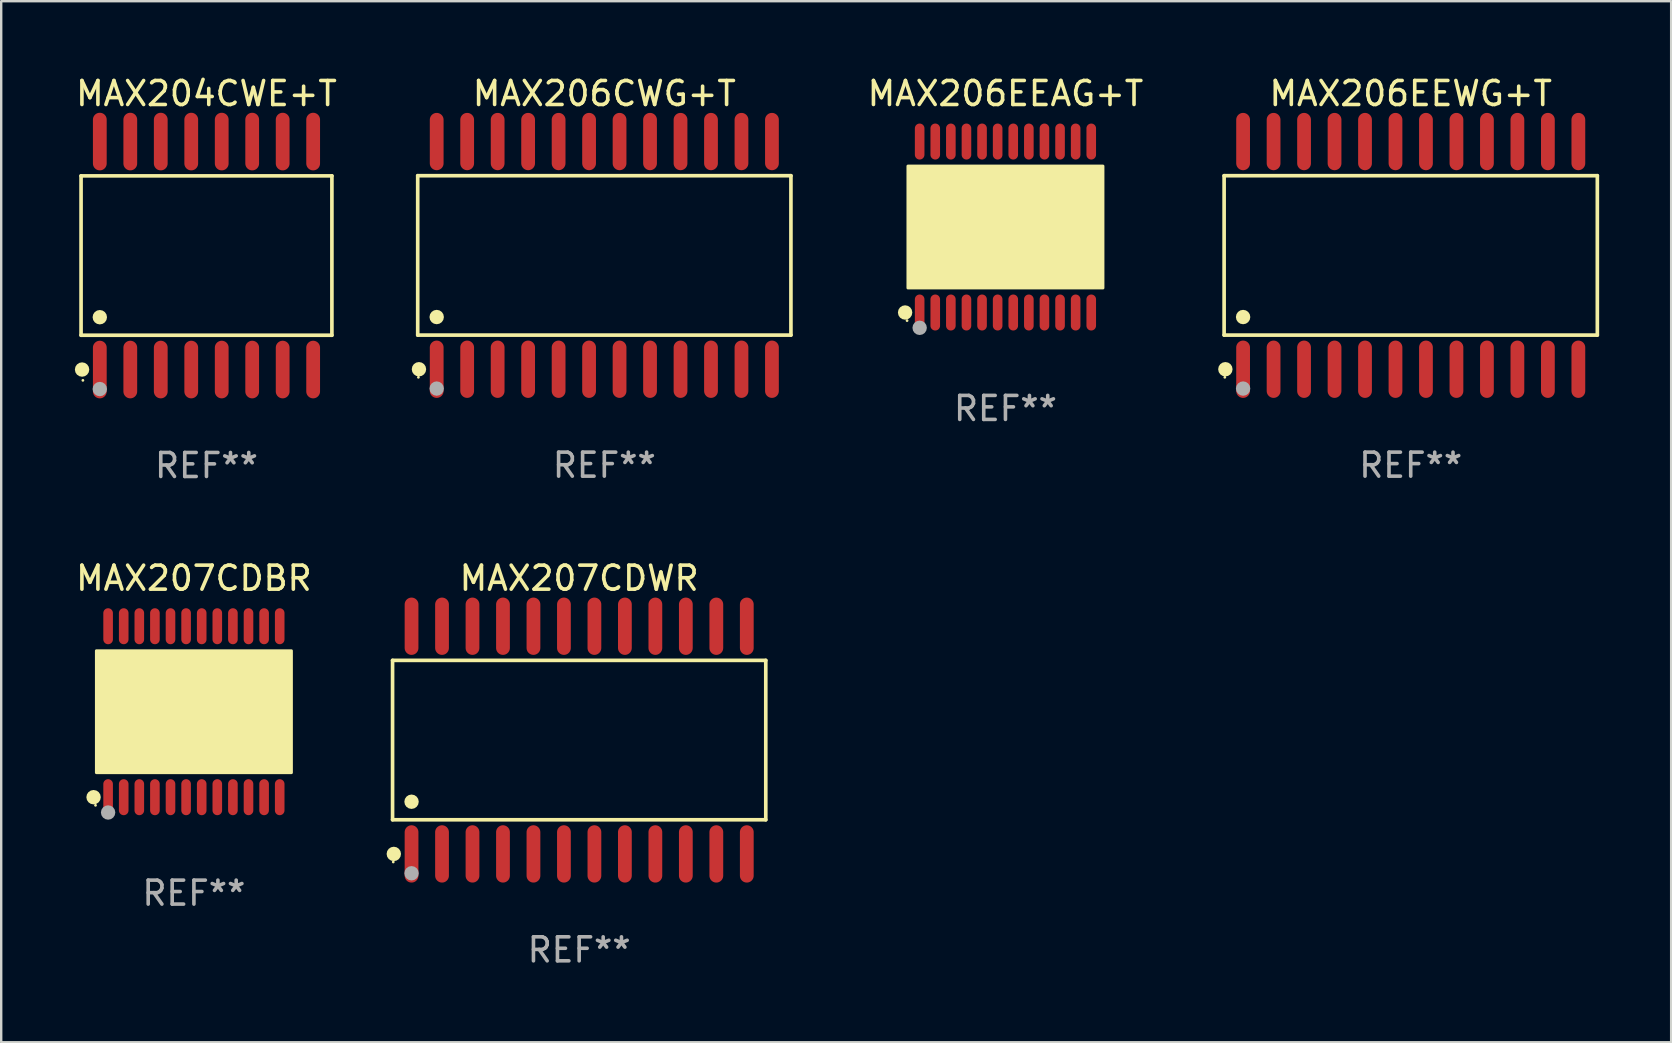
<source format=kicad_pcb>
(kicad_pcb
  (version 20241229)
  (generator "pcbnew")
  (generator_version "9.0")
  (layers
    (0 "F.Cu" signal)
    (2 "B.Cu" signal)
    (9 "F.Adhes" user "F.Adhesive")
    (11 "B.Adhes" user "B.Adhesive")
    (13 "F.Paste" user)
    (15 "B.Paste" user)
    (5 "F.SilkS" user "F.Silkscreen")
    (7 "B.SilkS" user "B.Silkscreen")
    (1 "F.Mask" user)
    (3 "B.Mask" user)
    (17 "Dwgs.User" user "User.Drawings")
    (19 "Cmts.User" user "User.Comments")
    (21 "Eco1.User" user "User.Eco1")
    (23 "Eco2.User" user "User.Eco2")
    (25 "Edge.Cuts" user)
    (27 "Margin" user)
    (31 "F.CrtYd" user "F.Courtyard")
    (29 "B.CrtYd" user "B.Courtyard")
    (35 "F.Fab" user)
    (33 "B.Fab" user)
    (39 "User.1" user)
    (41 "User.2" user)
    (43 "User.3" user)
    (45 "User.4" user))
  (footprint "MAX207CDWR"
    (layer "F.Cu")
    (at 21.084 27.789)
    (property "Reference" "MAX207CDWR" (at 0 -6.744 0) (layer "F.SilkS") (effects (font (size 1 1) (thickness 0.15))))
    (attr through_hole)
    (fp_line (start -7.776 -3.321) (end 7.776 -3.321) (stroke (width 0.152) (type solid)) (layer "F.SilkS"))
    (fp_line (start -7.776 3.321) (end -7.776 -3.321) (stroke (width 0.152) (type solid)) (layer "F.SilkS"))
    (fp_line (start 7.776 -3.321) (end 7.776 3.321) (stroke (width 0.152) (type solid)) (layer "F.SilkS"))
    (fp_line (start 7.776 3.321) (end -7.776 3.321) (stroke (width 0.152) (type solid)) (layer "F.SilkS"))
    (fp_circle (center -7.747 5.08) (end -7.717 5.08) (stroke (width 0.06) (type solid)) (fill no) (layer "F.SilkS"))
    (fp_circle (center -7.724 4.744) (end -7.574 4.744) (stroke (width 0.3) (type solid)) (fill no) (layer "F.SilkS"))
    (fp_circle (center -6.985 2.569) (end -6.835 2.569) (stroke (width 0.3) (type solid)) (fill no) (layer "F.SilkS"))
    (fp_circle (center -6.985 5.55) (end -6.835 5.55) (stroke (width 0.3) (type solid)) (fill no) (layer "F.Fab"))
    (fp_text user "REF**" (at 0 8.744 0) (layer "F.Fab") (effects (font (size 1 1) (thickness 0.15))))
    (pad "1" smd oval (at -6.985 4.744) (size 0.574 2.388) (layers "F.Cu" "F.Mask" "F.Paste"))
    (pad "2" smd oval (at -5.715 4.744) (size 0.574 2.388) (layers "F.Cu" "F.Mask" "F.Paste"))
    (pad "3" smd oval (at -4.445 4.744) (size 0.574 2.388) (layers "F.Cu" "F.Mask" "F.Paste"))
    (pad "4" smd oval (at -3.175 4.744) (size 0.574 2.388) (layers "F.Cu" "F.Mask" "F.Paste"))
    (pad "5" smd oval (at -1.905 4.744) (size 0.574 2.388) (layers "F.Cu" "F.Mask" "F.Paste"))
    (pad "6" smd oval (at -0.635 4.744) (size 0.574 2.388) (layers "F.Cu" "F.Mask" "F.Paste"))
    (pad "7" smd oval (at 0.635 4.744) (size 0.574 2.388) (layers "F.Cu" "F.Mask" "F.Paste"))
    (pad "8" smd oval (at 1.905 4.744) (size 0.574 2.388) (layers "F.Cu" "F.Mask" "F.Paste"))
    (pad "9" smd oval (at 3.175 4.744) (size 0.574 2.388) (layers "F.Cu" "F.Mask" "F.Paste"))
    (pad "10" smd oval (at 4.445 4.744) (size 0.574 2.388) (layers "F.Cu" "F.Mask" "F.Paste"))
    (pad "11" smd oval (at 5.715 4.744) (size 0.574 2.388) (layers "F.Cu" "F.Mask" "F.Paste"))
    (pad "12" smd oval (at 6.985 4.744) (size 0.574 2.388) (layers "F.Cu" "F.Mask" "F.Paste"))
    (pad "13" smd oval (at 6.985 -4.744) (size 0.574 2.388) (layers "F.Cu" "F.Mask" "F.Paste"))
    (pad "14" smd oval (at 5.715 -4.744) (size 0.574 2.388) (layers "F.Cu" "F.Mask" "F.Paste"))
    (pad "15" smd oval (at 4.445 -4.744) (size 0.574 2.388) (layers "F.Cu" "F.Mask" "F.Paste"))
    (pad "16" smd oval (at 3.175 -4.744) (size 0.574 2.388) (layers "F.Cu" "F.Mask" "F.Paste"))
    (pad "17" smd oval (at 1.905 -4.744) (size 0.574 2.388) (layers "F.Cu" "F.Mask" "F.Paste"))
    (pad "18" smd oval (at 0.635 -4.744) (size 0.574 2.388) (layers "F.Cu" "F.Mask" "F.Paste"))
    (pad "19" smd oval (at -0.635 -4.744) (size 0.574 2.388) (layers "F.Cu" "F.Mask" "F.Paste"))
    (pad "20" smd oval (at -1.905 -4.744) (size 0.574 2.388) (layers "F.Cu" "F.Mask" "F.Paste"))
    (pad "21" smd oval (at -3.175 -4.744) (size 0.574 2.388) (layers "F.Cu" "F.Mask" "F.Paste"))
    (pad "22" smd oval (at -4.445 -4.744) (size 0.574 2.388) (layers "F.Cu" "F.Mask" "F.Paste"))
    (pad "23" smd oval (at -5.715 -4.744) (size 0.574 2.388) (layers "F.Cu" "F.Mask" "F.Paste"))
    (pad "24" smd oval (at -6.985 -4.744) (size 0.574 2.388) (layers "F.Cu" "F.Mask" "F.Paste")))
  (footprint "MAX204CWE+T"
    (layer "F.Cu")
    (at 5.554 7.599)
    (property "Reference" "MAX204CWE+T" (at 0 -6.75 0) (layer "F.SilkS") (effects (font (size 1 1) (thickness 0.15))))
    (attr through_hole)
    (fp_line (start -5.226 -3.321) (end 5.226 -3.321) (stroke (width 0.152) (type solid)) (layer "F.SilkS"))
    (fp_line (start -5.226 3.321) (end -5.226 -3.321) (stroke (width 0.152) (type solid)) (layer "F.SilkS"))
    (fp_line (start 5.226 -3.321) (end 5.226 3.321) (stroke (width 0.152) (type solid)) (layer "F.SilkS"))
    (fp_line (start 5.226 3.321) (end -5.226 3.321) (stroke (width 0.152) (type solid)) (layer "F.SilkS"))
    (fp_circle (center -5.184 4.75) (end -5.034 4.75) (stroke (width 0.3) (type solid)) (fill no) (layer "F.SilkS"))
    (fp_circle (center -5.15 5.2) (end -5.12 5.2) (stroke (width 0.06) (type solid)) (fill no) (layer "F.SilkS"))
    (fp_circle (center -4.445 2.569) (end -4.295 2.569) (stroke (width 0.3) (type solid)) (fill no) (layer "F.SilkS"))
    (fp_circle (center -4.445 5.563) (end -4.295 5.563) (stroke (width 0.3) (type solid)) (fill no) (layer "F.Fab"))
    (fp_text user "REF**" (at 0 8.75 0) (layer "F.Fab") (effects (font (size 1 1) (thickness 0.15))))
    (pad "1" smd oval (at -4.445 4.75) (size 0.574 2.401) (layers "F.Cu" "F.Mask" "F.Paste"))
    (pad "2" smd oval (at -3.175 4.75) (size 0.574 2.401) (layers "F.Cu" "F.Mask" "F.Paste"))
    (pad "3" smd oval (at -1.905 4.75) (size 0.574 2.401) (layers "F.Cu" "F.Mask" "F.Paste"))
    (pad "4" smd oval (at -0.635 4.75) (size 0.574 2.401) (layers "F.Cu" "F.Mask" "F.Paste"))
    (pad "5" smd oval (at 0.635 4.75) (size 0.574 2.401) (layers "F.Cu" "F.Mask" "F.Paste"))
    (pad "6" smd oval (at 1.905 4.75) (size 0.574 2.401) (layers "F.Cu" "F.Mask" "F.Paste"))
    (pad "7" smd oval (at 3.175 4.75) (size 0.574 2.401) (layers "F.Cu" "F.Mask" "F.Paste"))
    (pad "8" smd oval (at 4.445 4.75) (size 0.574 2.401) (layers "F.Cu" "F.Mask" "F.Paste"))
    (pad "9" smd oval (at 4.445 -4.75) (size 0.574 2.401) (layers "F.Cu" "F.Mask" "F.Paste"))
    (pad "10" smd oval (at 3.175 -4.75) (size 0.574 2.401) (layers "F.Cu" "F.Mask" "F.Paste"))
    (pad "11" smd oval (at 1.905 -4.75) (size 0.574 2.401) (layers "F.Cu" "F.Mask" "F.Paste"))
    (pad "12" smd oval (at 0.635 -4.75) (size 0.574 2.401) (layers "F.Cu" "F.Mask" "F.Paste"))
    (pad "13" smd oval (at -0.635 -4.75) (size 0.574 2.401) (layers "F.Cu" "F.Mask" "F.Paste"))
    (pad "14" smd oval (at -1.905 -4.75) (size 0.574 2.401) (layers "F.Cu" "F.Mask" "F.Paste"))
    (pad "15" smd oval (at -3.175 -4.75) (size 0.574 2.401) (layers "F.Cu" "F.Mask" "F.Paste"))
    (pad "16" smd oval (at -4.445 -4.75) (size 0.574 2.401) (layers "F.Cu" "F.Mask" "F.Paste")))
  (footprint "MAX206EEWG+T"
    (layer "F.Cu")
    (at 55.735 7.592)
    (property "Reference" "MAX206EEWG+T" (at 0 -6.744 0) (layer "F.SilkS") (effects (font (size 1 1) (thickness 0.15))))
    (attr through_hole)
    (fp_line (start -7.776 -3.321) (end 7.776 -3.321) (stroke (width 0.152) (type solid)) (layer "F.SilkS"))
    (fp_line (start -7.776 3.321) (end -7.776 -3.321) (stroke (width 0.152) (type solid)) (layer "F.SilkS"))
    (fp_line (start 7.776 -3.321) (end 7.776 3.321) (stroke (width 0.152) (type solid)) (layer "F.SilkS"))
    (fp_line (start 7.776 3.321) (end -7.776 3.321) (stroke (width 0.152) (type solid)) (layer "F.SilkS"))
    (fp_circle (center -7.747 5.08) (end -7.717 5.08) (stroke (width 0.06) (type solid)) (fill no) (layer "F.SilkS"))
    (fp_circle (center -7.724 4.744) (end -7.574 4.744) (stroke (width 0.3) (type solid)) (fill no) (layer "F.SilkS"))
    (fp_circle (center -6.985 2.569) (end -6.835 2.569) (stroke (width 0.3) (type solid)) (fill no) (layer "F.SilkS"))
    (fp_circle (center -6.985 5.55) (end -6.835 5.55) (stroke (width 0.3) (type solid)) (fill no) (layer "F.Fab"))
    (fp_text user "REF**" (at 0 8.744 0) (layer "F.Fab") (effects (font (size 1 1) (thickness 0.15))))
    (pad "1" smd oval (at -6.985 4.744) (size 0.574 2.388) (layers "F.Cu" "F.Mask" "F.Paste"))
    (pad "2" smd oval (at -5.715 4.744) (size 0.574 2.388) (layers "F.Cu" "F.Mask" "F.Paste"))
    (pad "3" smd oval (at -4.445 4.744) (size 0.574 2.388) (layers "F.Cu" "F.Mask" "F.Paste"))
    (pad "4" smd oval (at -3.175 4.744) (size 0.574 2.388) (layers "F.Cu" "F.Mask" "F.Paste"))
    (pad "5" smd oval (at -1.905 4.744) (size 0.574 2.388) (layers "F.Cu" "F.Mask" "F.Paste"))
    (pad "6" smd oval (at -0.635 4.744) (size 0.574 2.388) (layers "F.Cu" "F.Mask" "F.Paste"))
    (pad "7" smd oval (at 0.635 4.744) (size 0.574 2.388) (layers "F.Cu" "F.Mask" "F.Paste"))
    (pad "8" smd oval (at 1.905 4.744) (size 0.574 2.388) (layers "F.Cu" "F.Mask" "F.Paste"))
    (pad "9" smd oval (at 3.175 4.744) (size 0.574 2.388) (layers "F.Cu" "F.Mask" "F.Paste"))
    (pad "10" smd oval (at 4.445 4.744) (size 0.574 2.388) (layers "F.Cu" "F.Mask" "F.Paste"))
    (pad "11" smd oval (at 5.715 4.744) (size 0.574 2.388) (layers "F.Cu" "F.Mask" "F.Paste"))
    (pad "12" smd oval (at 6.985 4.744) (size 0.574 2.388) (layers "F.Cu" "F.Mask" "F.Paste"))
    (pad "13" smd oval (at 6.985 -4.744) (size 0.574 2.388) (layers "F.Cu" "F.Mask" "F.Paste"))
    (pad "14" smd oval (at 5.715 -4.744) (size 0.574 2.388) (layers "F.Cu" "F.Mask" "F.Paste"))
    (pad "15" smd oval (at 4.445 -4.744) (size 0.574 2.388) (layers "F.Cu" "F.Mask" "F.Paste"))
    (pad "16" smd oval (at 3.175 -4.744) (size 0.574 2.388) (layers "F.Cu" "F.Mask" "F.Paste"))
    (pad "17" smd oval (at 1.905 -4.744) (size 0.574 2.388) (layers "F.Cu" "F.Mask" "F.Paste"))
    (pad "18" smd oval (at 0.635 -4.744) (size 0.574 2.388) (layers "F.Cu" "F.Mask" "F.Paste"))
    (pad "19" smd oval (at -0.635 -4.744) (size 0.574 2.388) (layers "F.Cu" "F.Mask" "F.Paste"))
    (pad "20" smd oval (at -1.905 -4.744) (size 0.574 2.388) (layers "F.Cu" "F.Mask" "F.Paste"))
    (pad "21" smd oval (at -3.175 -4.744) (size 0.574 2.388) (layers "F.Cu" "F.Mask" "F.Paste"))
    (pad "22" smd oval (at -4.445 -4.744) (size 0.574 2.388) (layers "F.Cu" "F.Mask" "F.Paste"))
    (pad "23" smd oval (at -5.715 -4.744) (size 0.574 2.388) (layers "F.Cu" "F.Mask" "F.Paste"))
    (pad "24" smd oval (at -6.985 -4.744) (size 0.574 2.388) (layers "F.Cu" "F.Mask" "F.Paste")))
  (footprint "MAX206EEAG+T"
    (layer "F.Cu")
    (at 38.847 6.41)
    (property "Reference" "MAX206EEAG+T" (at 0 -5.562 0) (layer "F.SilkS") (effects (font (size 1 1) (thickness 0.15))))
    (attr through_hole)
    (fp_circle (center -4.181 3.562) (end -4.031 3.562) (stroke (width 0.3) (type solid)) (fill no) (layer "F.SilkS"))
    (fp_circle (center -4.1 3.9) (end -4.07 3.9) (stroke (width 0.06) (type solid)) (fill no) (layer "F.SilkS"))
    (fp_circle (center -3.575 1.819) (end -3.425 1.819) (stroke (width 0.3) (type solid)) (fill no) (layer "F.SilkS"))
    (fp_poly (pts (xy -4.064 -2.54) (xy 4.064 -2.54) (xy 4.064 2.54) (xy -4.064 2.54)) (stroke (width 0.12) (type solid)) (fill yes) (layer "F.SilkS"))
    (fp_circle (center -3.575 4.2) (end -3.425 4.2) (stroke (width 0.3) (type solid)) (fill no) (layer "F.Fab"))
    (fp_text user "REF**" (at 0 7.562 0) (layer "F.Fab") (effects (font (size 1 1) (thickness 0.15))))
    (pad "1" smd oval (at -3.575 3.562) (size 0.4 1.5) (layers "F.Cu" "F.Mask" "F.Paste"))
    (pad "2" smd oval (at -2.925 3.562) (size 0.4 1.5) (layers "F.Cu" "F.Mask" "F.Paste"))
    (pad "3" smd oval (at -2.275 3.562) (size 0.4 1.5) (layers "F.Cu" "F.Mask" "F.Paste"))
    (pad "4" smd oval (at -1.625 3.562) (size 0.4 1.5) (layers "F.Cu" "F.Mask" "F.Paste"))
    (pad "5" smd oval (at -0.975 3.562) (size 0.4 1.5) (layers "F.Cu" "F.Mask" "F.Paste"))
    (pad "6" smd oval (at -0.325 3.562) (size 0.4 1.5) (layers "F.Cu" "F.Mask" "F.Paste"))
    (pad "7" smd oval (at 0.325 3.562) (size 0.4 1.5) (layers "F.Cu" "F.Mask" "F.Paste"))
    (pad "8" smd oval (at 0.975 3.562) (size 0.4 1.5) (layers "F.Cu" "F.Mask" "F.Paste"))
    (pad "9" smd oval (at 1.625 3.562) (size 0.4 1.5) (layers "F.Cu" "F.Mask" "F.Paste"))
    (pad "10" smd oval (at 2.275 3.562) (size 0.4 1.5) (layers "F.Cu" "F.Mask" "F.Paste"))
    (pad "11" smd oval (at 2.925 3.562) (size 0.4 1.5) (layers "F.Cu" "F.Mask" "F.Paste"))
    (pad "12" smd oval (at 3.575 3.562) (size 0.4 1.5) (layers "F.Cu" "F.Mask" "F.Paste"))
    (pad "13" smd oval (at 3.575 -3.562) (size 0.4 1.5) (layers "F.Cu" "F.Mask" "F.Paste"))
    (pad "14" smd oval (at 2.925 -3.562) (size 0.4 1.5) (layers "F.Cu" "F.Mask" "F.Paste"))
    (pad "15" smd oval (at 2.275 -3.562) (size 0.4 1.5) (layers "F.Cu" "F.Mask" "F.Paste"))
    (pad "16" smd oval (at 1.625 -3.562) (size 0.4 1.5) (layers "F.Cu" "F.Mask" "F.Paste"))
    (pad "17" smd oval (at 0.975 -3.562) (size 0.4 1.5) (layers "F.Cu" "F.Mask" "F.Paste"))
    (pad "18" smd oval (at 0.325 -3.562) (size 0.4 1.5) (layers "F.Cu" "F.Mask" "F.Paste"))
    (pad "19" smd oval (at -0.325 -3.562) (size 0.4 1.5) (layers "F.Cu" "F.Mask" "F.Paste"))
    (pad "20" smd oval (at -0.975 -3.562) (size 0.4 1.5) (layers "F.Cu" "F.Mask" "F.Paste"))
    (pad "21" smd oval (at -1.625 -3.562) (size 0.4 1.5) (layers "F.Cu" "F.Mask" "F.Paste"))
    (pad "22" smd oval (at -2.275 -3.562) (size 0.4 1.5) (layers "F.Cu" "F.Mask" "F.Paste"))
    (pad "23" smd oval (at -2.925 -3.562) (size 0.4 1.5) (layers "F.Cu" "F.Mask" "F.Paste"))
    (pad "24" smd oval (at -3.575 -3.562) (size 0.4 1.5) (layers "F.Cu" "F.Mask" "F.Paste")))
  (footprint "MAX207CDBR"
    (layer "F.Cu")
    (at 5.03 26.607)
    (property "Reference" "MAX207CDBR" (at 0 -5.562 0) (layer "F.SilkS") (effects (font (size 1 1) (thickness 0.15))))
    (attr through_hole)
    (fp_circle (center -4.181 3.562) (end -4.031 3.562) (stroke (width 0.3) (type solid)) (fill no) (layer "F.SilkS"))
    (fp_circle (center -4.1 3.9) (end -4.07 3.9) (stroke (width 0.06) (type solid)) (fill no) (layer "F.SilkS"))
    (fp_circle (center -3.575 1.819) (end -3.425 1.819) (stroke (width 0.3) (type solid)) (fill no) (layer "F.SilkS"))
    (fp_poly (pts (xy -4.064 -2.54) (xy 4.064 -2.54) (xy 4.064 2.54) (xy -4.064 2.54)) (stroke (width 0.12) (type solid)) (fill yes) (layer "F.SilkS"))
    (fp_circle (center -3.575 4.2) (end -3.425 4.2) (stroke (width 0.3) (type solid)) (fill no) (layer "F.Fab"))
    (fp_text user "REF**" (at 0 7.562 0) (layer "F.Fab") (effects (font (size 1 1) (thickness 0.15))))
    (pad "1" smd oval (at -3.575 3.562) (size 0.4 1.5) (layers "F.Cu" "F.Mask" "F.Paste"))
    (pad "2" smd oval (at -2.925 3.562) (size 0.4 1.5) (layers "F.Cu" "F.Mask" "F.Paste"))
    (pad "3" smd oval (at -2.275 3.562) (size 0.4 1.5) (layers "F.Cu" "F.Mask" "F.Paste"))
    (pad "4" smd oval (at -1.625 3.562) (size 0.4 1.5) (layers "F.Cu" "F.Mask" "F.Paste"))
    (pad "5" smd oval (at -0.975 3.562) (size 0.4 1.5) (layers "F.Cu" "F.Mask" "F.Paste"))
    (pad "6" smd oval (at -0.325 3.562) (size 0.4 1.5) (layers "F.Cu" "F.Mask" "F.Paste"))
    (pad "7" smd oval (at 0.325 3.562) (size 0.4 1.5) (layers "F.Cu" "F.Mask" "F.Paste"))
    (pad "8" smd oval (at 0.975 3.562) (size 0.4 1.5) (layers "F.Cu" "F.Mask" "F.Paste"))
    (pad "9" smd oval (at 1.625 3.562) (size 0.4 1.5) (layers "F.Cu" "F.Mask" "F.Paste"))
    (pad "10" smd oval (at 2.275 3.562) (size 0.4 1.5) (layers "F.Cu" "F.Mask" "F.Paste"))
    (pad "11" smd oval (at 2.925 3.562) (size 0.4 1.5) (layers "F.Cu" "F.Mask" "F.Paste"))
    (pad "12" smd oval (at 3.575 3.562) (size 0.4 1.5) (layers "F.Cu" "F.Mask" "F.Paste"))
    (pad "13" smd oval (at 3.575 -3.562) (size 0.4 1.5) (layers "F.Cu" "F.Mask" "F.Paste"))
    (pad "14" smd oval (at 2.925 -3.562) (size 0.4 1.5) (layers "F.Cu" "F.Mask" "F.Paste"))
    (pad "15" smd oval (at 2.275 -3.562) (size 0.4 1.5) (layers "F.Cu" "F.Mask" "F.Paste"))
    (pad "16" smd oval (at 1.625 -3.562) (size 0.4 1.5) (layers "F.Cu" "F.Mask" "F.Paste"))
    (pad "17" smd oval (at 0.975 -3.562) (size 0.4 1.5) (layers "F.Cu" "F.Mask" "F.Paste"))
    (pad "18" smd oval (at 0.325 -3.562) (size 0.4 1.5) (layers "F.Cu" "F.Mask" "F.Paste"))
    (pad "19" smd oval (at -0.325 -3.562) (size 0.4 1.5) (layers "F.Cu" "F.Mask" "F.Paste"))
    (pad "20" smd oval (at -0.975 -3.562) (size 0.4 1.5) (layers "F.Cu" "F.Mask" "F.Paste"))
    (pad "21" smd oval (at -1.625 -3.562) (size 0.4 1.5) (layers "F.Cu" "F.Mask" "F.Paste"))
    (pad "22" smd oval (at -2.275 -3.562) (size 0.4 1.5) (layers "F.Cu" "F.Mask" "F.Paste"))
    (pad "23" smd oval (at -2.925 -3.562) (size 0.4 1.5) (layers "F.Cu" "F.Mask" "F.Paste"))
    (pad "24" smd oval (at -3.575 -3.562) (size 0.4 1.5) (layers "F.Cu" "F.Mask" "F.Paste")))
  (footprint "MAX206CWG+T"
    (layer "F.Cu")
    (at 22.132 7.592)
    (property "Reference" "MAX206CWG+T" (at 0 -6.744 0) (layer "F.SilkS") (effects (font (size 1 1) (thickness 0.15))))
    (attr through_hole)
    (fp_line (start -7.776 -3.321) (end 7.776 -3.321) (stroke (width 0.152) (type solid)) (layer "F.SilkS"))
    (fp_line (start -7.776 3.321) (end -7.776 -3.321) (stroke (width 0.152) (type solid)) (layer "F.SilkS"))
    (fp_line (start 7.776 -3.321) (end 7.776 3.321) (stroke (width 0.152) (type solid)) (layer "F.SilkS"))
    (fp_line (start 7.776 3.321) (end -7.776 3.321) (stroke (width 0.152) (type solid)) (layer "F.SilkS"))
    (fp_circle (center -7.747 5.08) (end -7.717 5.08) (stroke (width 0.06) (type solid)) (fill no) (layer "F.SilkS"))
    (fp_circle (center -7.724 4.744) (end -7.574 4.744) (stroke (width 0.3) (type solid)) (fill no) (layer "F.SilkS"))
    (fp_circle (center -6.985 2.569) (end -6.835 2.569) (stroke (width 0.3) (type solid)) (fill no) (layer "F.SilkS"))
    (fp_circle (center -6.985 5.55) (end -6.835 5.55) (stroke (width 0.3) (type solid)) (fill no) (layer "F.Fab"))
    (fp_text user "REF**" (at 0 8.744 0) (layer "F.Fab") (effects (font (size 1 1) (thickness 0.15))))
    (pad "1" smd oval (at -6.985 4.744) (size 0.574 2.388) (layers "F.Cu" "F.Mask" "F.Paste"))
    (pad "2" smd oval (at -5.715 4.744) (size 0.574 2.388) (layers "F.Cu" "F.Mask" "F.Paste"))
    (pad "3" smd oval (at -4.445 4.744) (size 0.574 2.388) (layers "F.Cu" "F.Mask" "F.Paste"))
    (pad "4" smd oval (at -3.175 4.744) (size 0.574 2.388) (layers "F.Cu" "F.Mask" "F.Paste"))
    (pad "5" smd oval (at -1.905 4.744) (size 0.574 2.388) (layers "F.Cu" "F.Mask" "F.Paste"))
    (pad "6" smd oval (at -0.635 4.744) (size 0.574 2.388) (layers "F.Cu" "F.Mask" "F.Paste"))
    (pad "7" smd oval (at 0.635 4.744) (size 0.574 2.388) (layers "F.Cu" "F.Mask" "F.Paste"))
    (pad "8" smd oval (at 1.905 4.744) (size 0.574 2.388) (layers "F.Cu" "F.Mask" "F.Paste"))
    (pad "9" smd oval (at 3.175 4.744) (size 0.574 2.388) (layers "F.Cu" "F.Mask" "F.Paste"))
    (pad "10" smd oval (at 4.445 4.744) (size 0.574 2.388) (layers "F.Cu" "F.Mask" "F.Paste"))
    (pad "11" smd oval (at 5.715 4.744) (size 0.574 2.388) (layers "F.Cu" "F.Mask" "F.Paste"))
    (pad "12" smd oval (at 6.985 4.744) (size 0.574 2.388) (layers "F.Cu" "F.Mask" "F.Paste"))
    (pad "13" smd oval (at 6.985 -4.744) (size 0.574 2.388) (layers "F.Cu" "F.Mask" "F.Paste"))
    (pad "14" smd oval (at 5.715 -4.744) (size 0.574 2.388) (layers "F.Cu" "F.Mask" "F.Paste"))
    (pad "15" smd oval (at 4.445 -4.744) (size 0.574 2.388) (layers "F.Cu" "F.Mask" "F.Paste"))
    (pad "16" smd oval (at 3.175 -4.744) (size 0.574 2.388) (layers "F.Cu" "F.Mask" "F.Paste"))
    (pad "17" smd oval (at 1.905 -4.744) (size 0.574 2.388) (layers "F.Cu" "F.Mask" "F.Paste"))
    (pad "18" smd oval (at 0.635 -4.744) (size 0.574 2.388) (layers "F.Cu" "F.Mask" "F.Paste"))
    (pad "19" smd oval (at -0.635 -4.744) (size 0.574 2.388) (layers "F.Cu" "F.Mask" "F.Paste"))
    (pad "20" smd oval (at -1.905 -4.744) (size 0.574 2.388) (layers "F.Cu" "F.Mask" "F.Paste"))
    (pad "21" smd oval (at -3.175 -4.744) (size 0.574 2.388) (layers "F.Cu" "F.Mask" "F.Paste"))
    (pad "22" smd oval (at -4.445 -4.744) (size 0.574 2.388) (layers "F.Cu" "F.Mask" "F.Paste"))
    (pad "23" smd oval (at -5.715 -4.744) (size 0.574 2.388) (layers "F.Cu" "F.Mask" "F.Paste"))
    (pad "24" smd oval (at -6.985 -4.744) (size 0.574 2.388) (layers "F.Cu" "F.Mask" "F.Paste")))
  (gr_rect
    (start -3 -3)
    (end 66.587 40.382)
    (stroke (width 0.1) (type default))
    (fill no)
    (layer "Edge.Cuts")))
</source>
